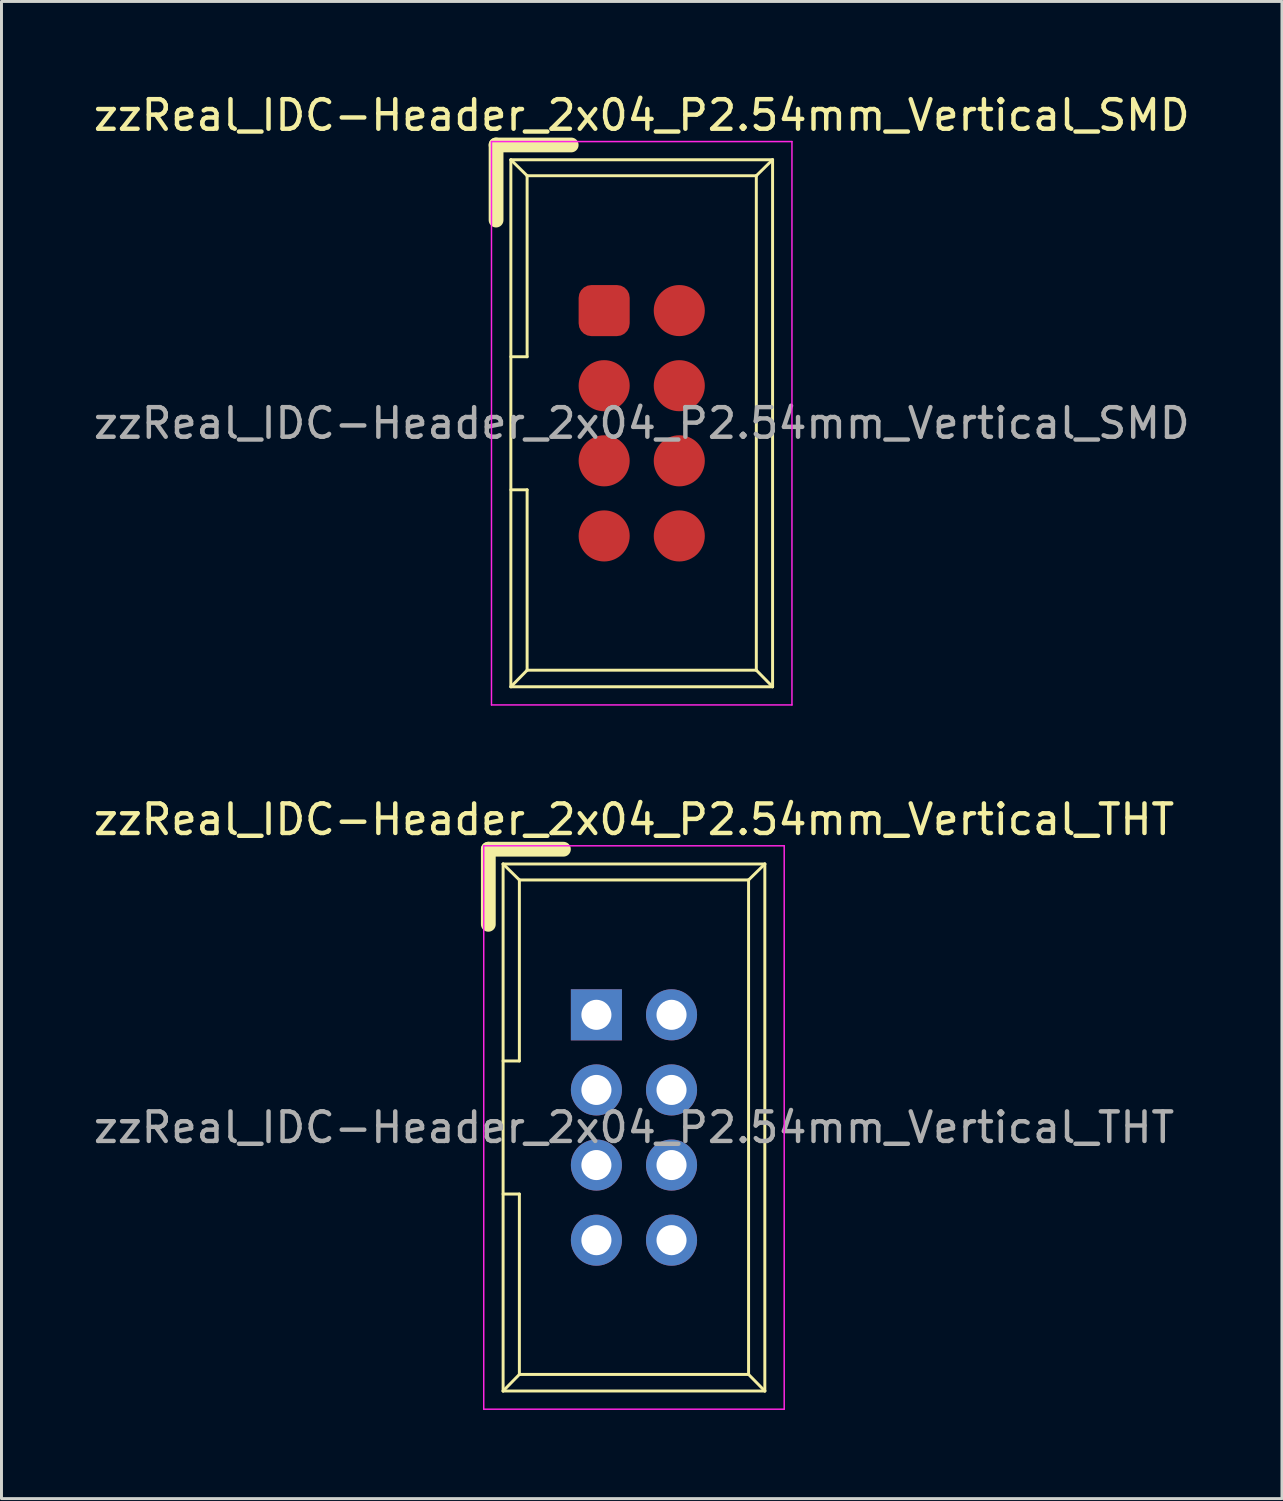
<source format=kicad_pcb>
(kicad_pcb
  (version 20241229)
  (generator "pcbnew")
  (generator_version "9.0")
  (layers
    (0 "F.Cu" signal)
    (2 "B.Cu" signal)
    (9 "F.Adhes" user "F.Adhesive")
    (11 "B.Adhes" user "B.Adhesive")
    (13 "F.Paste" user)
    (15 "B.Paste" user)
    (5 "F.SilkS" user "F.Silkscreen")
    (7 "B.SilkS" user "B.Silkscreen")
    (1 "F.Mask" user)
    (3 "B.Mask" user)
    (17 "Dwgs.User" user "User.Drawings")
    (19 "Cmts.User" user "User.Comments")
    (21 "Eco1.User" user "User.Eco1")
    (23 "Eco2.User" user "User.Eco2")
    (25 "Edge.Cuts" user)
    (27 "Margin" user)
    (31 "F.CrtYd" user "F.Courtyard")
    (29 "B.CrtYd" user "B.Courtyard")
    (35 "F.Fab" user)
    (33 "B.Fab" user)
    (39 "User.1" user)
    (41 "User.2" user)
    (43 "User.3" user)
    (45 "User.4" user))
  (footprint "zzReal_IDC-Header_2x04_P2.54mm_Vertical_THT"
    (layer "F.Cu")
    (at 17.117 31.265)
    (property "Reference" "zzReal_IDC-Header_2x04_P2.54mm_Vertical_THT" (at 1.27 -6.604 0) (layer "F.SilkS") (effects (font (size 1 1) (thickness 0.15))))
    (attr through_hole)
    (fp_line (start -3.655 -5.6) (end -3.655 -3.06) (stroke (width 0.5) (type solid)) (layer "F.SilkS"))
    (fp_line (start -3.655 -5.6) (end -1.115 -5.6) (stroke (width 0.5) (type solid)) (layer "F.SilkS"))
    (fp_line (start -3.155 -5.1) (end -3.155 12.72) (stroke (width 0.1) (type solid)) (layer "F.SilkS"))
    (fp_line (start -3.155 -5.1) (end -2.605 -4.56) (stroke (width 0.1) (type solid)) (layer "F.SilkS"))
    (fp_line (start -3.155 12.72) (end -2.605 12.16) (stroke (width 0.1) (type solid)) (layer "F.SilkS"))
    (fp_line (start -2.605 -4.56) (end -2.605 1.56) (stroke (width 0.1) (type solid)) (layer "F.SilkS"))
    (fp_line (start -2.605 1.56) (end -3.155 1.56) (stroke (width 0.1) (type solid)) (layer "F.SilkS"))
    (fp_line (start -2.605 6.06) (end -3.155 6.06) (stroke (width 0.1) (type solid)) (layer "F.SilkS"))
    (fp_line (start -2.605 6.06) (end -2.605 12.16) (stroke (width 0.1) (type solid)) (layer "F.SilkS"))
    (fp_line (start 5.145 -4.56) (end -2.605 -4.56) (stroke (width 0.1) (type solid)) (layer "F.SilkS"))
    (fp_line (start 5.145 -4.56) (end 5.145 12.16) (stroke (width 0.1) (type solid)) (layer "F.SilkS"))
    (fp_line (start 5.145 12.16) (end -2.605 12.16) (stroke (width 0.1) (type solid)) (layer "F.SilkS"))
    (fp_line (start 5.695 -5.1) (end -3.155 -5.1) (stroke (width 0.1) (type solid)) (layer "F.SilkS"))
    (fp_line (start 5.695 -5.1) (end 5.145 -4.56) (stroke (width 0.1) (type solid)) (layer "F.SilkS"))
    (fp_line (start 5.695 -5.1) (end 5.695 12.72) (stroke (width 0.1) (type solid)) (layer "F.SilkS"))
    (fp_line (start 5.695 12.72) (end -3.155 12.72) (stroke (width 0.1) (type solid)) (layer "F.SilkS"))
    (fp_line (start 5.695 12.72) (end 5.145 12.16) (stroke (width 0.1) (type solid)) (layer "F.SilkS"))
    (fp_line (start -3.81 -5.715) (end -3.81 13.335) (stroke (width 0.05) (type solid)) (layer "F.CrtYd"))
    (fp_line (start -3.81 -5.715) (end 6.35 -5.715) (stroke (width 0.05) (type solid)) (layer "F.CrtYd"))
    (fp_line (start -3.81 13.335) (end 6.35 13.335) (stroke (width 0.05) (type solid)) (layer "F.CrtYd"))
    (fp_line (start 6.35 -5.715) (end 6.35 13.335) (stroke (width 0.05) (type solid)) (layer "F.CrtYd"))
    (fp_text user "${REFERENCE}" (at 1.27 3.81 0) (layer "F.Fab") (effects (font (size 1 1) (thickness 0.15))))
    (pad "1" thru_hole rect (at 0 0) (size 1.727 1.727) (drill 1.016) (layers "*.Cu" "*.Mask"))
    (pad "2" thru_hole oval (at 2.54 0) (size 1.727 1.727) (drill 1.016) (layers "*.Cu" "*.Mask"))
    (pad "3" thru_hole oval (at 0 2.54) (size 1.727 1.727) (drill 1.016) (layers "*.Cu" "*.Mask"))
    (pad "4" thru_hole oval (at 2.54 2.54) (size 1.727 1.727) (drill 1.016) (layers "*.Cu" "*.Mask"))
    (pad "5" thru_hole oval (at 0 5.08) (size 1.727 1.727) (drill 1.016) (layers "*.Cu" "*.Mask"))
    (pad "6" thru_hole oval (at 2.54 5.08) (size 1.727 1.727) (drill 1.016) (layers "*.Cu" "*.Mask"))
    (pad "7" thru_hole oval (at 0 7.62) (size 1.727 1.727) (drill 1.016) (layers "*.Cu" "*.Mask"))
    (pad "8" thru_hole oval (at 2.54 7.62) (size 1.727 1.727) (drill 1.016) (layers "*.Cu" "*.Mask")))
  (footprint "zzReal_IDC-Header_2x04_P2.54mm_Vertical_SMD"
    (layer "F.Cu")
    (at 17.379 7.452)
    (property "Reference" "zzReal_IDC-Header_2x04_P2.54mm_Vertical_SMD" (at 1.27 -6.604 0) (layer "F.SilkS") (effects (font (size 1 1) (thickness 0.15))))
    (attr through_hole)
    (fp_line (start -3.655 -5.6) (end -3.655 -3.06) (stroke (width 0.5) (type solid)) (layer "F.SilkS"))
    (fp_line (start -3.655 -5.6) (end -1.115 -5.6) (stroke (width 0.5) (type solid)) (layer "F.SilkS"))
    (fp_line (start -3.155 -5.1) (end -3.155 12.72) (stroke (width 0.1) (type solid)) (layer "F.SilkS"))
    (fp_line (start -3.155 -5.1) (end -2.605 -4.56) (stroke (width 0.1) (type solid)) (layer "F.SilkS"))
    (fp_line (start -3.155 12.72) (end -2.605 12.16) (stroke (width 0.1) (type solid)) (layer "F.SilkS"))
    (fp_line (start -2.605 -4.56) (end -2.605 1.56) (stroke (width 0.1) (type solid)) (layer "F.SilkS"))
    (fp_line (start -2.605 1.56) (end -3.155 1.56) (stroke (width 0.1) (type solid)) (layer "F.SilkS"))
    (fp_line (start -2.605 6.06) (end -3.155 6.06) (stroke (width 0.1) (type solid)) (layer "F.SilkS"))
    (fp_line (start -2.605 6.06) (end -2.605 12.16) (stroke (width 0.1) (type solid)) (layer "F.SilkS"))
    (fp_line (start 5.145 -4.56) (end -2.605 -4.56) (stroke (width 0.1) (type solid)) (layer "F.SilkS"))
    (fp_line (start 5.145 -4.56) (end 5.145 12.16) (stroke (width 0.1) (type solid)) (layer "F.SilkS"))
    (fp_line (start 5.145 12.16) (end -2.605 12.16) (stroke (width 0.1) (type solid)) (layer "F.SilkS"))
    (fp_line (start 5.695 -5.1) (end -3.155 -5.1) (stroke (width 0.1) (type solid)) (layer "F.SilkS"))
    (fp_line (start 5.695 -5.1) (end 5.145 -4.56) (stroke (width 0.1) (type solid)) (layer "F.SilkS"))
    (fp_line (start 5.695 -5.1) (end 5.695 12.72) (stroke (width 0.1) (type solid)) (layer "F.SilkS"))
    (fp_line (start 5.695 12.72) (end -3.155 12.72) (stroke (width 0.1) (type solid)) (layer "F.SilkS"))
    (fp_line (start 5.695 12.72) (end 5.145 12.16) (stroke (width 0.1) (type solid)) (layer "F.SilkS"))
    (fp_line (start -3.81 -5.715) (end -3.81 13.335) (stroke (width 0.05) (type solid)) (layer "F.CrtYd"))
    (fp_line (start -3.81 -5.715) (end 6.35 -5.715) (stroke (width 0.05) (type solid)) (layer "F.CrtYd"))
    (fp_line (start -3.81 13.335) (end 6.35 13.335) (stroke (width 0.05) (type solid)) (layer "F.CrtYd"))
    (fp_line (start 6.35 -5.715) (end 6.35 13.335) (stroke (width 0.05) (type solid)) (layer "F.CrtYd"))
    (fp_text user "${REFERENCE}" (at 1.27 3.81 0) (layer "F.Fab") (effects (font (size 1 1) (thickness 0.15))))
    (pad "1" smd roundrect (at 0 0) (size 1.727 1.727) (layers "F.Cu" "F.Mask" "F.Paste") (roundrect_rratio 0.25))
    (pad "2" smd circle (at 2.54 0) (size 1.727 1.727) (layers "F.Cu" "F.Mask" "F.Paste"))
    (pad "3" smd circle (at 0 2.54) (size 1.727 1.727) (layers "F.Cu" "F.Mask" "F.Paste"))
    (pad "4" smd circle (at 2.54 2.54) (size 1.727 1.727) (layers "F.Cu" "F.Mask" "F.Paste"))
    (pad "5" smd circle (at 0 5.08) (size 1.727 1.727) (layers "F.Cu" "F.Mask" "F.Paste"))
    (pad "6" smd circle (at 2.54 5.08) (size 1.727 1.727) (layers "F.Cu" "F.Mask" "F.Paste"))
    (pad "7" smd circle (at 0 7.62) (size 1.727 1.727) (layers "F.Cu" "F.Mask" "F.Paste"))
    (pad "8" smd circle (at 2.54 7.62) (size 1.727 1.727) (layers "F.Cu" "F.Mask" "F.Paste")))
  (gr_rect
    (start -3 -3)
    (end 40.298 47.624)
    (stroke (width 0.1) (type default))
    (fill no)
    (layer "Edge.Cuts")))
</source>
